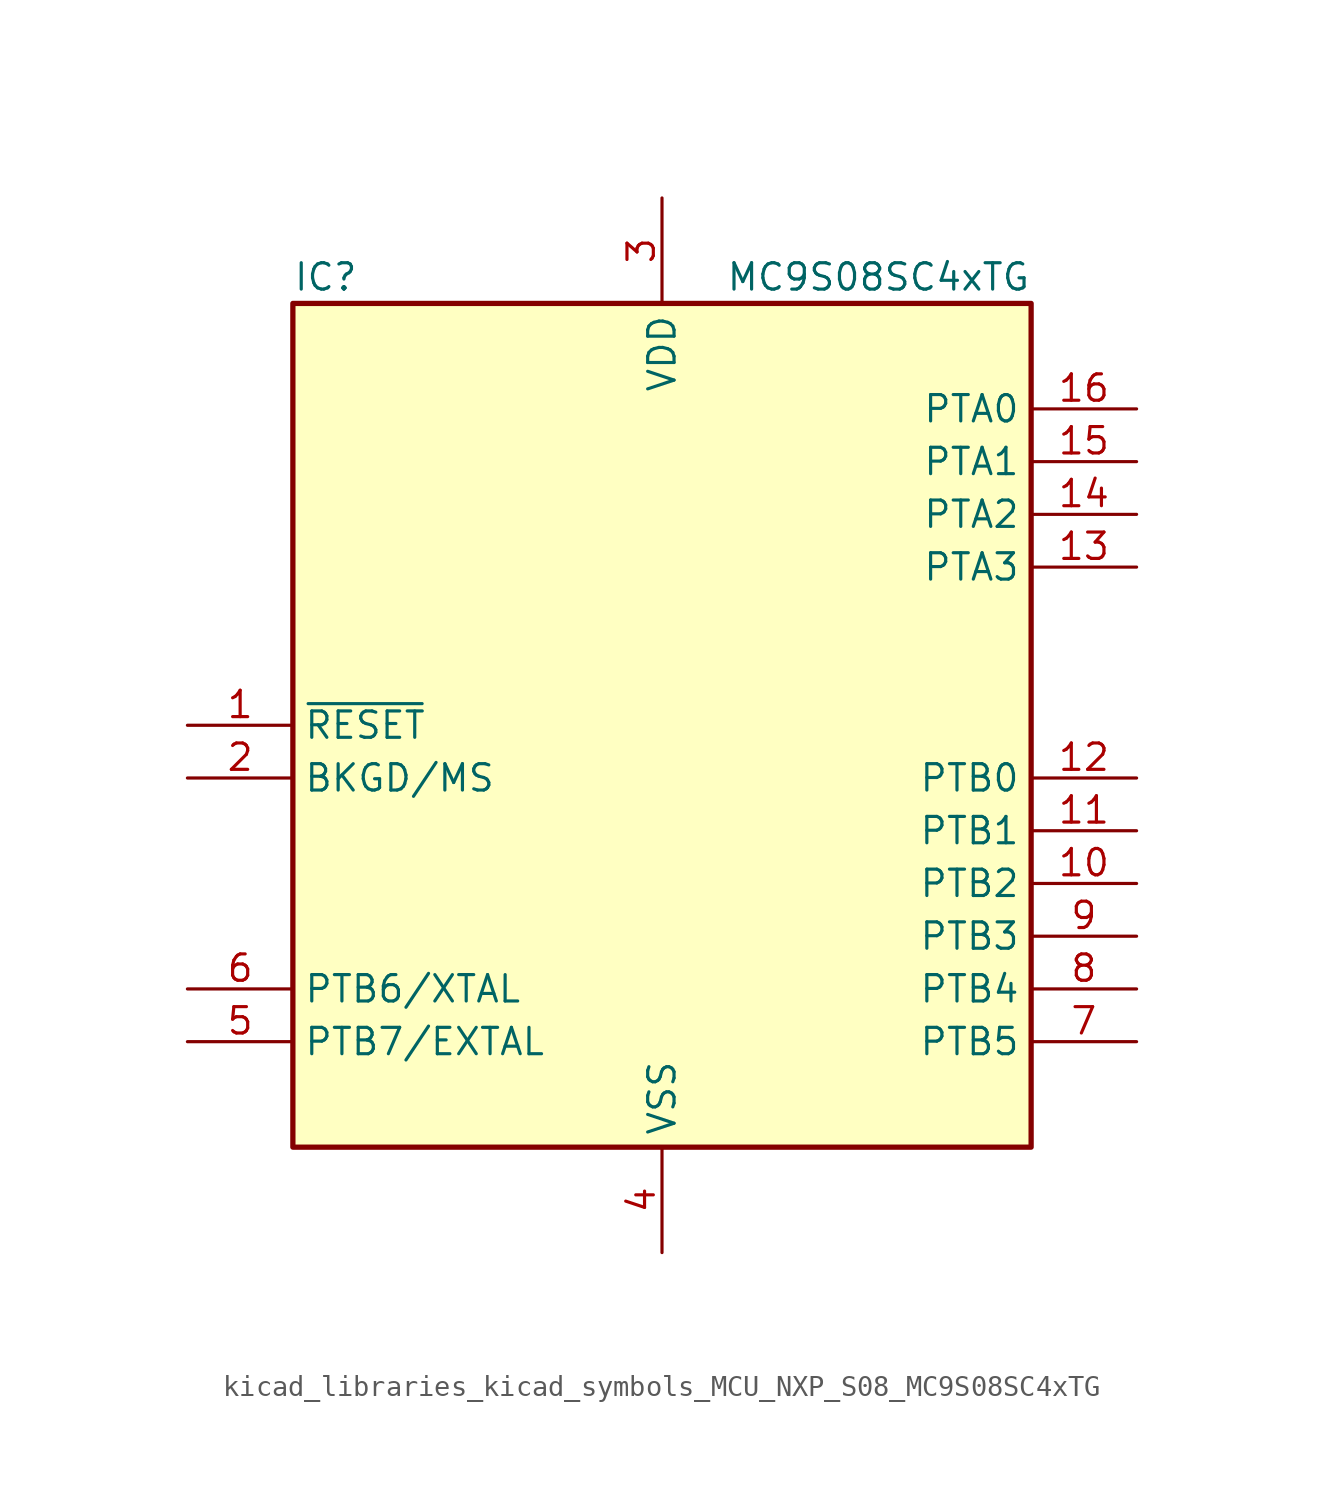
<source format=kicad_sym>
(kicad_symbol_lib
  (version 20220914)
  (generator kicad_symbol_editor)
  (symbol "kicad_libraries_kicad_symbols_MCU_NXP_S08_MC9S08SC4xTG"
    (property "Reference" "IC"
      (at -17.78 21.59 0)
      (effects (font (size 1.27 1.27)) (justify left)))
    (property "Value" "MC9S08SC4xTG"
      (at 17.78 21.59 0)
      (effects (font (size 1.27 1.27)) (justify right)))
    (symbol "kicad_libraries_kicad_symbols_MCU_NXP_S08_MC9S08SC4xTG_0_1"
      (rectangle (start -17.78 20.32) (end 17.78 -20.32) (stroke (width 0.254) (type default)) (fill (type background))))
    (symbol "kicad_libraries_kicad_symbols_MCU_NXP_S08_MC9S08SC4xTG_1_1"
      (pin input line (at -22.86 0 0) (length 5.08) (name "~{RESET}" (effects (font (size 1.27 1.27)))) (number "1" (effects (font (size 1.27 1.27)))))
      (pin bidirectional line (at 22.86 -7.62 180) (length 5.08) (name "PTB2" (effects (font (size 1.27 1.27)))) (number "10" (effects (font (size 1.27 1.27)))))
      (pin bidirectional line (at 22.86 -5.08 180) (length 5.08) (name "PTB1" (effects (font (size 1.27 1.27)))) (number "11" (effects (font (size 1.27 1.27)))))
      (pin bidirectional line (at 22.86 -2.54 180) (length 5.08) (name "PTB0" (effects (font (size 1.27 1.27)))) (number "12" (effects (font (size 1.27 1.27)))))
      (pin bidirectional line (at 22.86 7.62 180) (length 5.08) (name "PTA3" (effects (font (size 1.27 1.27)))) (number "13" (effects (font (size 1.27 1.27)))))
      (pin bidirectional line (at 22.86 10.16 180) (length 5.08) (name "PTA2" (effects (font (size 1.27 1.27)))) (number "14" (effects (font (size 1.27 1.27)))))
      (pin bidirectional line (at 22.86 12.7 180) (length 5.08) (name "PTA1" (effects (font (size 1.27 1.27)))) (number "15" (effects (font (size 1.27 1.27)))))
      (pin bidirectional line (at 22.86 15.24 180) (length 5.08) (name "PTA0" (effects (font (size 1.27 1.27)))) (number "16" (effects (font (size 1.27 1.27)))))
      (pin bidirectional line (at -22.86 -2.54 0) (length 5.08) (name "BKGD/MS" (effects (font (size 1.27 1.27)))) (number "2" (effects (font (size 1.27 1.27)))))
      (pin power_in line (at 0 25.4 270) (length 5.08) (name "VDD" (effects (font (size 1.27 1.27)))) (number "3" (effects (font (size 1.27 1.27)))))
      (pin power_in line (at 0 -25.4 90) (length 5.08) (name "VSS" (effects (font (size 1.27 1.27)))) (number "4" (effects (font (size 1.27 1.27)))))
      (pin bidirectional line (at -22.86 -15.24 0) (length 5.08) (name "PTB7/EXTAL" (effects (font (size 1.27 1.27)))) (number "5" (effects (font (size 1.27 1.27)))))
      (pin bidirectional line (at -22.86 -12.7 0) (length 5.08) (name "PTB6/XTAL" (effects (font (size 1.27 1.27)))) (number "6" (effects (font (size 1.27 1.27)))))
      (pin bidirectional line (at 22.86 -15.24 180) (length 5.08) (name "PTB5" (effects (font (size 1.27 1.27)))) (number "7" (effects (font (size 1.27 1.27)))))
      (pin bidirectional line (at 22.86 -12.7 180) (length 5.08) (name "PTB4" (effects (font (size 1.27 1.27)))) (number "8" (effects (font (size 1.27 1.27)))))
      (pin bidirectional line (at 22.86 -10.16 180) (length 5.08) (name "PTB3" (effects (font (size 1.27 1.27)))) (number "9" (effects (font (size 1.27 1.27))))))))
</source>
